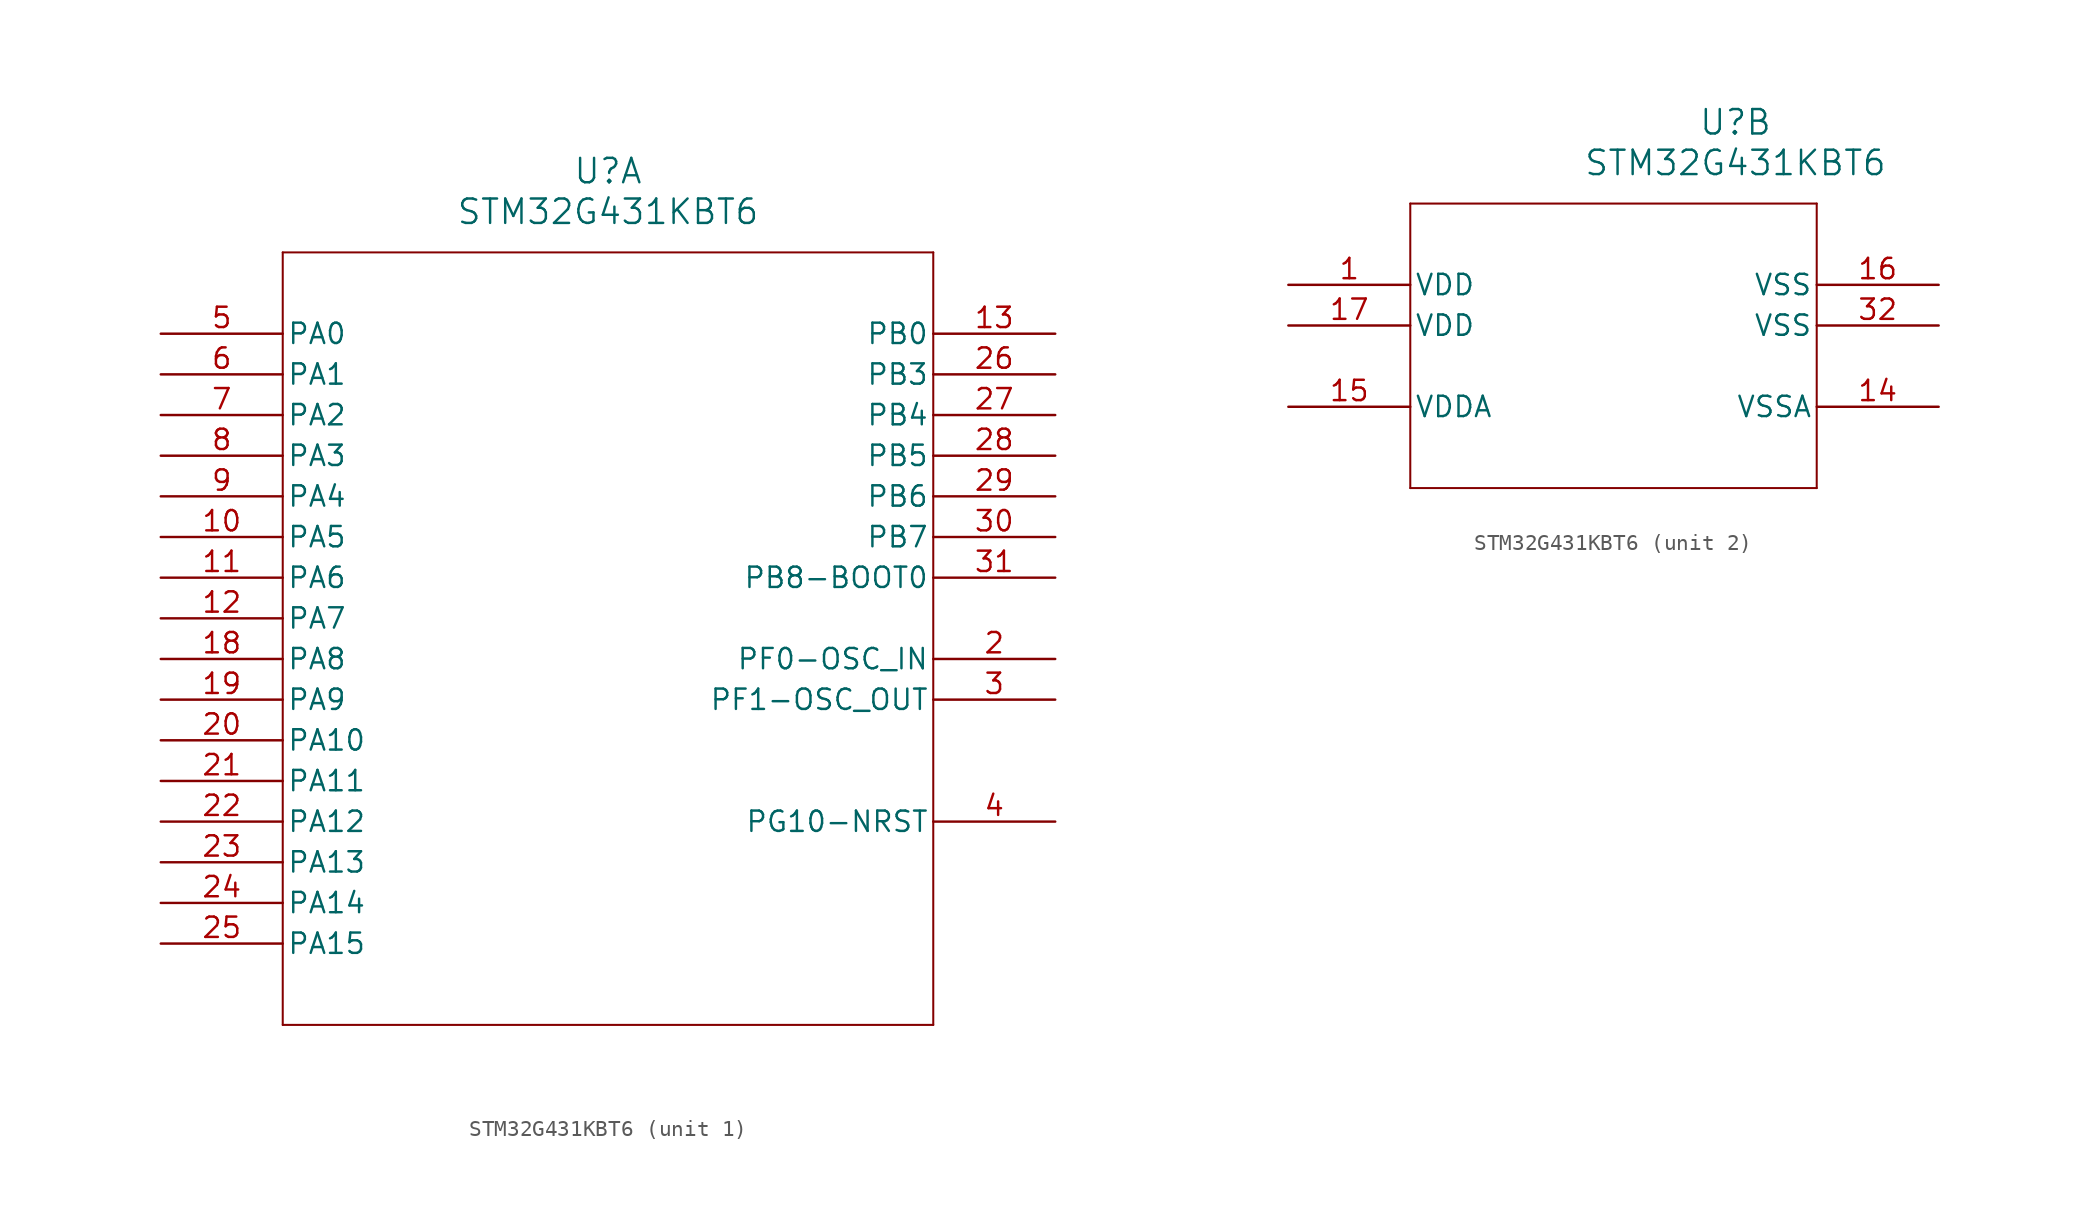
<source format=kicad_sym>
(kicad_symbol_lib
  (version 20211014)
  (generator kicad_symbol_editor)
  (symbol "STM32G431KBT6"
    (pin_names
      (offset 0.254))
    (property "Reference" "U"
      (at 27.94 10.16 0)
      (effects (font (size 1.524 1.524))))
    (property "Value" "STM32G431KBT6"
      (at 27.94 7.62 0)
      (effects (font (size 1.524 1.524))))
    (symbol "STM32G431KBT6_1_1"
      (polyline (pts (xy 7.62 5.08) (xy 7.62 -43.18)) (stroke (width 0.127) (type default) (color 0 0 0 0)) (fill (type none)))
      (polyline (pts (xy 7.62 -43.18) (xy 48.26 -43.18)) (stroke (width 0.127) (type default) (color 0 0 0 0)) (fill (type none)))
      (polyline (pts (xy 48.26 -43.18) (xy 48.26 5.08)) (stroke (width 0.127) (type default) (color 0 0 0 0)) (fill (type none)))
      (polyline (pts (xy 48.26 5.08) (xy 7.62 5.08)) (stroke (width 0.127) (type default) (color 0 0 0 0)) (fill (type none)))
      (pin bidirectional line (at 55.88 -20.32 180) (length 7.62) (name "PF0-OSC_IN" (effects (font (size 1.27 1.27)))) (number "2" (effects (font (size 1.27 1.27)))))
      (pin bidirectional line (at 55.88 -22.86 180) (length 7.62) (name "PF1-OSC_OUT" (effects (font (size 1.27 1.27)))) (number "3" (effects (font (size 1.27 1.27)))))
      (pin bidirectional line (at 55.88 -30.48 180) (length 7.62) (name "PG10-NRST" (effects (font (size 1.27 1.27)))) (number "4" (effects (font (size 1.27 1.27)))))
      (pin bidirectional line (at 0 0 0) (length 7.62) (name "PA0" (effects (font (size 1.27 1.27)))) (number "5" (effects (font (size 1.27 1.27)))))
      (pin bidirectional line (at 0 -2.54 0) (length 7.62) (name "PA1" (effects (font (size 1.27 1.27)))) (number "6" (effects (font (size 1.27 1.27)))))
      (pin bidirectional line (at 0 -5.08 0) (length 7.62) (name "PA2" (effects (font (size 1.27 1.27)))) (number "7" (effects (font (size 1.27 1.27)))))
      (pin bidirectional line (at 0 -7.62 0) (length 7.62) (name "PA3" (effects (font (size 1.27 1.27)))) (number "8" (effects (font (size 1.27 1.27)))))
      (pin bidirectional line (at 0 -10.16 0) (length 7.62) (name "PA4" (effects (font (size 1.27 1.27)))) (number "9" (effects (font (size 1.27 1.27)))))
      (pin bidirectional line (at 0 -12.7 0) (length 7.62) (name "PA5" (effects (font (size 1.27 1.27)))) (number "10" (effects (font (size 1.27 1.27)))))
      (pin bidirectional line (at 0 -15.24 0) (length 7.62) (name "PA6" (effects (font (size 1.27 1.27)))) (number "11" (effects (font (size 1.27 1.27)))))
      (pin bidirectional line (at 0 -17.78 0) (length 7.62) (name "PA7" (effects (font (size 1.27 1.27)))) (number "12" (effects (font (size 1.27 1.27)))))
      (pin bidirectional line (at 55.88 0 180) (length 7.62) (name "PB0" (effects (font (size 1.27 1.27)))) (number "13" (effects (font (size 1.27 1.27)))))
      (pin bidirectional line (at 0 -20.32 0) (length 7.62) (name "PA8" (effects (font (size 1.27 1.27)))) (number "18" (effects (font (size 1.27 1.27)))))
      (pin bidirectional line (at 0 -22.86 0) (length 7.62) (name "PA9" (effects (font (size 1.27 1.27)))) (number "19" (effects (font (size 1.27 1.27)))))
      (pin bidirectional line (at 0 -25.4 0) (length 7.62) (name "PA10" (effects (font (size 1.27 1.27)))) (number "20" (effects (font (size 1.27 1.27)))))
      (pin bidirectional line (at 0 -27.94 0) (length 7.62) (name "PA11" (effects (font (size 1.27 1.27)))) (number "21" (effects (font (size 1.27 1.27)))))
      (pin bidirectional line (at 0 -30.48 0) (length 7.62) (name "PA12" (effects (font (size 1.27 1.27)))) (number "22" (effects (font (size 1.27 1.27)))))
      (pin bidirectional line (at 0 -33.02 0) (length 7.62) (name "PA13" (effects (font (size 1.27 1.27)))) (number "23" (effects (font (size 1.27 1.27)))))
      (pin bidirectional line (at 0 -35.56 0) (length 7.62) (name "PA14" (effects (font (size 1.27 1.27)))) (number "24" (effects (font (size 1.27 1.27)))))
      (pin bidirectional line (at 0 -38.1 0) (length 7.62) (name "PA15" (effects (font (size 1.27 1.27)))) (number "25" (effects (font (size 1.27 1.27)))))
      (pin bidirectional line (at 55.88 -2.54 180) (length 7.62) (name "PB3" (effects (font (size 1.27 1.27)))) (number "26" (effects (font (size 1.27 1.27)))))
      (pin bidirectional line (at 55.88 -5.08 180) (length 7.62) (name "PB4" (effects (font (size 1.27 1.27)))) (number "27" (effects (font (size 1.27 1.27)))))
      (pin bidirectional line (at 55.88 -7.62 180) (length 7.62) (name "PB5" (effects (font (size 1.27 1.27)))) (number "28" (effects (font (size 1.27 1.27)))))
      (pin bidirectional line (at 55.88 -10.16 180) (length 7.62) (name "PB6" (effects (font (size 1.27 1.27)))) (number "29" (effects (font (size 1.27 1.27)))))
      (pin bidirectional line (at 55.88 -12.7 180) (length 7.62) (name "PB7" (effects (font (size 1.27 1.27)))) (number "30" (effects (font (size 1.27 1.27)))))
      (pin bidirectional line (at 55.88 -15.24 180) (length 7.62) (name "PB8-BOOT0" (effects (font (size 1.27 1.27)))) (number "31" (effects (font (size 1.27 1.27))))))
    (symbol "STM32G431KBT6_2_1"
      (polyline (pts (xy 7.62 5.08) (xy 7.62 -12.7)) (stroke (width 0.127) (type default) (color 0 0 0 0)) (fill (type none)))
      (polyline (pts (xy 7.62 -12.7) (xy 33.02 -12.7)) (stroke (width 0.127) (type default) (color 0 0 0 0)) (fill (type none)))
      (polyline (pts (xy 33.02 -12.7) (xy 33.02 5.08)) (stroke (width 0.127) (type default) (color 0 0 0 0)) (fill (type none)))
      (polyline (pts (xy 33.02 5.08) (xy 7.62 5.08)) (stroke (width 0.127) (type default) (color 0 0 0 0)) (fill (type none)))
      (pin power_in line (at 0 0 0) (length 7.62) (name "VDD" (effects (font (size 1.27 1.27)))) (number "1" (effects (font (size 1.27 1.27)))))
      (pin power_in line (at 40.64 -7.62 180) (length 7.62) (name "VSSA" (effects (font (size 1.27 1.27)))) (number "14" (effects (font (size 1.27 1.27)))))
      (pin power_in line (at 0 -7.62 0) (length 7.62) (name "VDDA" (effects (font (size 1.27 1.27)))) (number "15" (effects (font (size 1.27 1.27)))))
      (pin power_in line (at 40.64 0 180) (length 7.62) (name "VSS" (effects (font (size 1.27 1.27)))) (number "16" (effects (font (size 1.27 1.27)))))
      (pin power_in line (at 0 -2.54 0) (length 7.62) (name "VDD" (effects (font (size 1.27 1.27)))) (number "17" (effects (font (size 1.27 1.27)))))
      (pin power_in line (at 40.64 -2.54 180) (length 7.62) (name "VSS" (effects (font (size 1.27 1.27)))) (number "32" (effects (font (size 1.27 1.27))))))))
</source>
